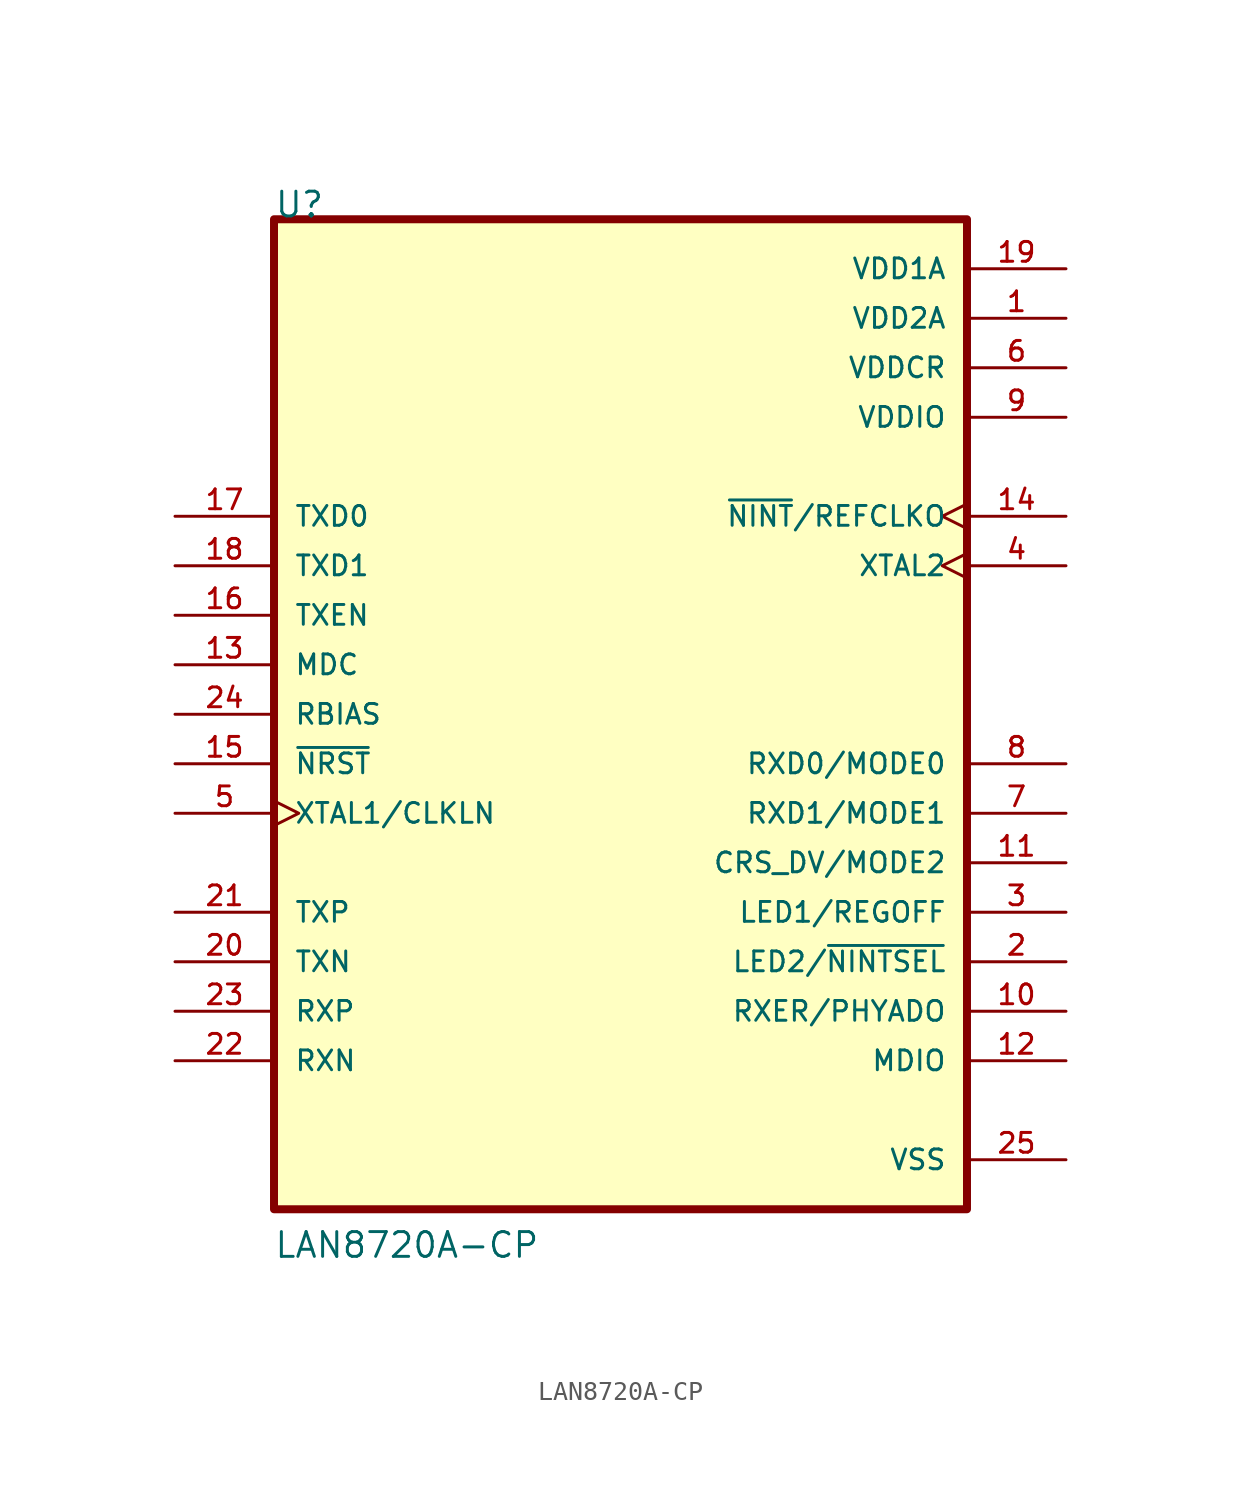
<source format=kicad_sym>
(kicad_symbol_lib
  (version 20211014)
  (generator kicad_symbol_editor)
  (symbol "LAN8720A-CP"
    (pin_names
      (offset 1.016))
    (property "Reference" "U"
      (at -17.785 25.408 0.0)
      (effects (font (size 1.27 1.27)) (justify bottom left)))
    (property "Value" "LAN8720A-CP"
      (at -17.805 -27.98 0.0)
      (effects (font (size 1.27 1.27)) (justify bottom left)))
    (symbol "LAN8720A-CP_0_0"
      (rectangle (start -17.78 -25.4) (end 17.78 25.4) (stroke (width 0.41)) (fill (type background)))
      (pin input clock (at -22.86 -5.08 0) (length 5.08) (name "XTAL1/CLKLN" (effects (font (size 1.016 1.016)))) (number "5" (effects (font (size 1.016 1.016)))))
      (pin output clock (at 22.86 7.62 180.0) (length 5.08) (name "XTAL2" (effects (font (size 1.016 1.016)))) (number "4" (effects (font (size 1.016 1.016)))))
      (pin bidirectional line (at 22.86 -7.62 180.0) (length 5.08) (name "CRS_DV/MODE2" (effects (font (size 1.016 1.016)))) (number "11" (effects (font (size 1.016 1.016)))))
      (pin input line (at -22.86 2.54 0) (length 5.08) (name "MDC" (effects (font (size 1.016 1.016)))) (number "13" (effects (font (size 1.016 1.016)))))
      (pin bidirectional line (at 22.86 -17.78 180.0) (length 5.08) (name "MDIO" (effects (font (size 1.016 1.016)))) (number "12" (effects (font (size 1.016 1.016)))))
      (pin output clock (at 22.86 10.16 180.0) (length 5.08) (name "~{NINT}/REFCLKO" (effects (font (size 1.016 1.016)))) (number "14" (effects (font (size 1.016 1.016)))))
      (pin input line (at -22.86 -2.54 0) (length 5.08) (name "~{NRST}" (effects (font (size 1.016 1.016)))) (number "15" (effects (font (size 1.016 1.016)))))
      (pin input line (at -22.86 0.0 0) (length 5.08) (name "RBIAS" (effects (font (size 1.016 1.016)))) (number "24" (effects (font (size 1.016 1.016)))))
      (pin bidirectional line (at 22.86 -2.54 180.0) (length 5.08) (name "RXD0/MODE0" (effects (font (size 1.016 1.016)))) (number "8" (effects (font (size 1.016 1.016)))))
      (pin power_in line (at 22.86 22.86 180.0) (length 5.08) (name "VDD1A" (effects (font (size 1.016 1.016)))) (number "19" (effects (font (size 1.016 1.016)))))
      (pin power_in line (at 22.86 20.32 180.0) (length 5.08) (name "VDD2A" (effects (font (size 1.016 1.016)))) (number "1" (effects (font (size 1.016 1.016)))))
      (pin power_in line (at 22.86 17.78 180.0) (length 5.08) (name "VDDCR" (effects (font (size 1.016 1.016)))) (number "6" (effects (font (size 1.016 1.016)))))
      (pin power_in line (at 22.86 15.24 180.0) (length 5.08) (name "VDDIO" (effects (font (size 1.016 1.016)))) (number "9" (effects (font (size 1.016 1.016)))))
      (pin bidirectional line (at 22.86 -10.16 180.0) (length 5.08) (name "LED1/REGOFF" (effects (font (size 1.016 1.016)))) (number "3" (effects (font (size 1.016 1.016)))))
      (pin bidirectional line (at 22.86 -12.7 180.0) (length 5.08) (name "LED2/~{NINTSEL}" (effects (font (size 1.016 1.016)))) (number "2" (effects (font (size 1.016 1.016)))))
      (pin bidirectional line (at 22.86 -15.24 180.0) (length 5.08) (name "RXER/PHYADO" (effects (font (size 1.016 1.016)))) (number "10" (effects (font (size 1.016 1.016)))))
      (pin bidirectional line (at 22.86 -5.08 180.0) (length 5.08) (name "RXD1/MODE1" (effects (font (size 1.016 1.016)))) (number "7" (effects (font (size 1.016 1.016)))))
      (pin bidirectional line (at -22.86 -17.78 0) (length 5.08) (name "RXN" (effects (font (size 1.016 1.016)))) (number "22" (effects (font (size 1.016 1.016)))))
      (pin bidirectional line (at -22.86 -15.24 0) (length 5.08) (name "RXP" (effects (font (size 1.016 1.016)))) (number "23" (effects (font (size 1.016 1.016)))))
      (pin input line (at -22.86 10.16 0) (length 5.08) (name "TXD0" (effects (font (size 1.016 1.016)))) (number "17" (effects (font (size 1.016 1.016)))))
      (pin input line (at -22.86 7.62 0) (length 5.08) (name "TXD1" (effects (font (size 1.016 1.016)))) (number "18" (effects (font (size 1.016 1.016)))))
      (pin input line (at -22.86 5.08 0) (length 5.08) (name "TXEN" (effects (font (size 1.016 1.016)))) (number "16" (effects (font (size 1.016 1.016)))))
      (pin bidirectional line (at -22.86 -12.7 0) (length 5.08) (name "TXN" (effects (font (size 1.016 1.016)))) (number "20" (effects (font (size 1.016 1.016)))))
      (pin bidirectional line (at -22.86 -10.16 0) (length 5.08) (name "TXP" (effects (font (size 1.016 1.016)))) (number "21" (effects (font (size 1.016 1.016)))))
      (pin power_in line (at 22.86 -22.86 180.0) (length 5.08) (name "VSS" (effects (font (size 1.016 1.016)))) (number "25" (effects (font (size 1.016 1.016))))))))
</source>
